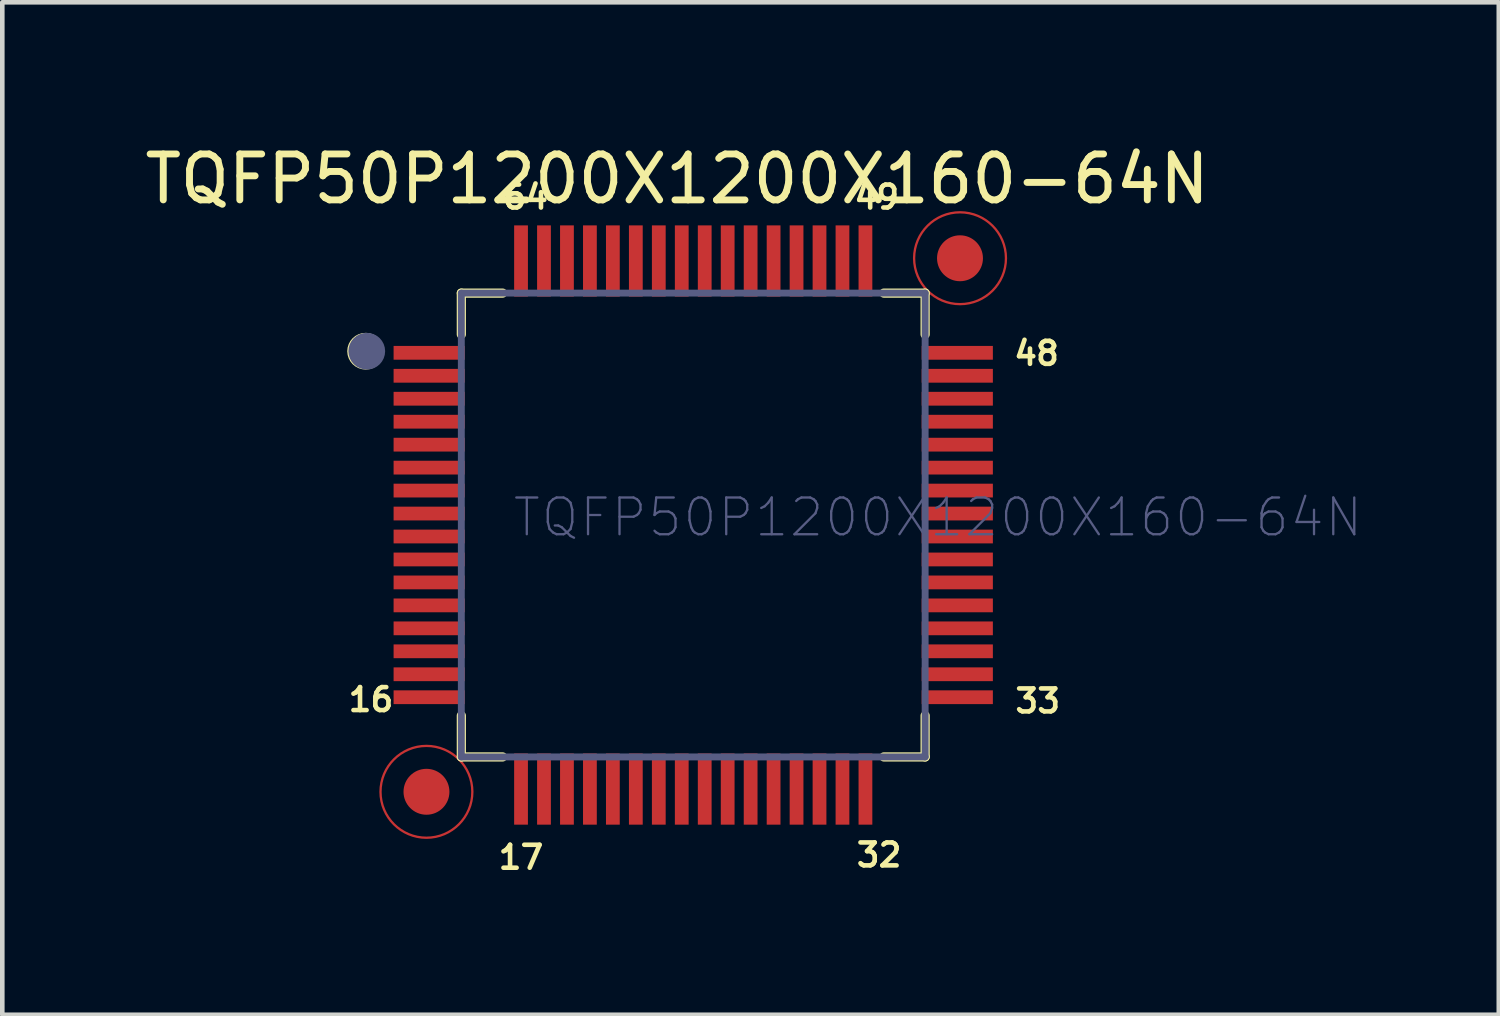
<source format=kicad_pcb>
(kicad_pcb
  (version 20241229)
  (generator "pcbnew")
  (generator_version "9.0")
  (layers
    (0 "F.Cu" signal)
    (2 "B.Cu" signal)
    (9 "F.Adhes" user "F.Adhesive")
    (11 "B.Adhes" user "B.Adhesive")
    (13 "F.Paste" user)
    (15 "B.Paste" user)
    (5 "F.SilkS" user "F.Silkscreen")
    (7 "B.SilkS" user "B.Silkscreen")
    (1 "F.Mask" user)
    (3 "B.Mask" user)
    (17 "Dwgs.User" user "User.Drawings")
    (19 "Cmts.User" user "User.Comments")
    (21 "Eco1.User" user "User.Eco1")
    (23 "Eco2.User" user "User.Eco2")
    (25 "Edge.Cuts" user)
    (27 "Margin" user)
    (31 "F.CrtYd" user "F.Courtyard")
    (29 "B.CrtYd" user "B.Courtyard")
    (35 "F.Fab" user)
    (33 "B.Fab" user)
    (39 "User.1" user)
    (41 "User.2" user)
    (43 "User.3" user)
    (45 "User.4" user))
  (footprint "TQFP50P1200X1200X160-64N"
    (layer "F.Cu")
    (at 12.046 8.383)
    (property "Reference" "TQFP50P1200X1200X160-64N" (at -0.35 -7.535 0) (layer "F.SilkS") (effects (font (size 1 1) (thickness 0.15))))
    (fp_circle (center -5.81 5.81) (end -5.81 4.81) (stroke (width 0.05) (type solid)) (fill no) (layer "F.Cu"))
    (fp_circle (center 5.81 -5.81) (end 5.81 -6.81) (stroke (width 0.05) (type solid)) (fill no) (layer "F.Cu"))
    (fp_line (start -5.05 -5.05) (end -4.15 -5.05) (stroke (width 0.2) (type solid)) (layer "F.SilkS"))
    (fp_line (start -5.05 -4.15) (end -5.05 -5.05) (stroke (width 0.2) (type solid)) (layer "F.SilkS"))
    (fp_line (start -5.05 5.05) (end -5.05 4.15) (stroke (width 0.2) (type solid)) (layer "F.SilkS"))
    (fp_line (start -5.05 5.05) (end -4.15 5.05) (stroke (width 0.2) (type solid)) (layer "F.SilkS"))
    (fp_line (start 4.15 -5.05) (end 5.05 -5.05) (stroke (width 0.2) (type solid)) (layer "F.SilkS"))
    (fp_line (start 4.15 5.05) (end 5.05 5.05) (stroke (width 0.2) (type solid)) (layer "F.SilkS"))
    (fp_line (start 5.05 -4.15) (end 5.05 -5.05) (stroke (width 0.2) (type solid)) (layer "F.SilkS"))
    (fp_line (start 5.05 5.05) (end 5.05 4.15) (stroke (width 0.2) (type solid)) (layer "F.SilkS"))
    (fp_circle (center -7.134 -3.785) (end -7.134 -3.985) (stroke (width 0.4) (type solid)) (fill no) (layer "F.SilkS"))
    (fp_line (start -6.8 -6.8) (end 6.8 -6.8) (stroke (width 0.05) (type solid)) (layer "Eco2.User"))
    (fp_line (start -6.8 6.8) (end -6.8 -6.8) (stroke (width 0.05) (type solid)) (layer "Eco2.User"))
    (fp_line (start -6.8 6.8) (end 6.8 6.8) (stroke (width 0.05) (type solid)) (layer "Eco2.User"))
    (fp_line (start 6.8 6.8) (end 6.8 -6.8) (stroke (width 0.05) (type solid)) (layer "Eco2.User"))
    (fp_line (start -5.05 -5.05) (end 5.05 -5.05) (stroke (width 0.15) (type solid)) (layer "B.Fab"))
    (fp_line (start -5.05 5.05) (end -5.05 -5.05) (stroke (width 0.15) (type solid)) (layer "B.Fab"))
    (fp_line (start -5.05 5.05) (end 5.05 5.05) (stroke (width 0.15) (type solid)) (layer "B.Fab"))
    (fp_line (start 5.05 5.05) (end 5.05 -5.05) (stroke (width 0.15) (type solid)) (layer "B.Fab"))
    (fp_circle (center -7.109 -3.785) (end -7.109 -3.985) (stroke (width 0.4) (type solid)) (fill no) (layer "B.Fab"))
    (fp_text user "32" (at 3.505 7.478 0) (unlocked yes) (layer "F.SilkS") (effects (font (size 0.5 0.5) (thickness 0.1)) (justify left bottom)))
    (fp_text user "48" (at 6.934 -3.444 0) (unlocked yes) (layer "F.SilkS") (effects (font (size 0.5 0.5) (thickness 0.1)) (justify left bottom)))
    (fp_text user "16" (at -7.56 4.096 0) (unlocked yes) (layer "F.SilkS") (effects (font (size 0.5 0.5) (thickness 0.1)) (justify left bottom)))
    (fp_text user "17" (at -4.293 7.529 0) (unlocked yes) (layer "F.SilkS") (effects (font (size 0.5 0.5) (thickness 0.1)) (justify left bottom)))
    (fp_text user "49" (at 3.454 -6.848 0) (unlocked yes) (layer "F.SilkS") (effects (font (size 0.5 0.5) (thickness 0.1)) (justify left bottom)))
    (fp_text user "64" (at -4.191 -6.848 0) (unlocked yes) (layer "F.SilkS") (effects (font (size 0.5 0.5) (thickness 0.1)) (justify left bottom)))
    (fp_text user "33" (at 6.96 4.125 0) (unlocked yes) (layer "F.SilkS") (effects (font (size 0.5 0.5) (thickness 0.1)) (justify left bottom)))
    (fp_text user "${REFERENCE}" (at -3.962 0.301 0) (unlocked yes) (layer "B.Fab") (effects (font (size 0.8 0.8) (thickness 0.05)) (justify left bottom)))
    (pad "" smd circle (at -5.809 5.809) (size 1 1) (layers "F.Cu" "F.Mask" "F.Paste"))
    (pad "" smd circle (at 5.809 -5.809) (size 1 1) (layers "F.Cu" "F.Mask" "F.Paste"))
    (pad "1" smd rect (at -5.75 -3.75) (size 1.55 0.3) (layers "F.Cu" "F.Mask" "F.Paste"))
    (pad "2" smd rect (at -5.75 -3.25) (size 1.55 0.3) (layers "F.Cu" "F.Mask" "F.Paste"))
    (pad "3" smd rect (at -5.75 -2.75) (size 1.55 0.3) (layers "F.Cu" "F.Mask" "F.Paste"))
    (pad "4" smd rect (at -5.75 -2.25) (size 1.55 0.3) (layers "F.Cu" "F.Mask" "F.Paste"))
    (pad "5" smd rect (at -5.75 -1.75) (size 1.55 0.3) (layers "F.Cu" "F.Mask" "F.Paste"))
    (pad "6" smd rect (at -5.75 -1.25) (size 1.55 0.3) (layers "F.Cu" "F.Mask" "F.Paste"))
    (pad "7" smd rect (at -5.75 -0.75) (size 1.55 0.3) (layers "F.Cu" "F.Mask" "F.Paste"))
    (pad "8" smd rect (at -5.75 -0.25) (size 1.55 0.3) (layers "F.Cu" "F.Mask" "F.Paste"))
    (pad "9" smd rect (at -5.75 0.25) (size 1.55 0.3) (layers "F.Cu" "F.Mask" "F.Paste"))
    (pad "10" smd rect (at -5.75 0.75) (size 1.55 0.3) (layers "F.Cu" "F.Mask" "F.Paste"))
    (pad "11" smd rect (at -5.75 1.25) (size 1.55 0.3) (layers "F.Cu" "F.Mask" "F.Paste"))
    (pad "12" smd rect (at -5.75 1.75) (size 1.55 0.3) (layers "F.Cu" "F.Mask" "F.Paste"))
    (pad "13" smd rect (at -5.75 2.25) (size 1.55 0.3) (layers "F.Cu" "F.Mask" "F.Paste"))
    (pad "14" smd rect (at -5.75 2.75) (size 1.55 0.3) (layers "F.Cu" "F.Mask" "F.Paste"))
    (pad "15" smd rect (at -5.75 3.25) (size 1.55 0.3) (layers "F.Cu" "F.Mask" "F.Paste"))
    (pad "16" smd rect (at -5.75 3.75) (size 1.55 0.3) (layers "F.Cu" "F.Mask" "F.Paste"))
    (pad "17" smd rect (at -3.75 5.75 90) (size 1.55 0.3) (layers "F.Cu" "F.Mask" "F.Paste"))
    (pad "18" smd rect (at -3.25 5.75 90) (size 1.55 0.3) (layers "F.Cu" "F.Mask" "F.Paste"))
    (pad "19" smd rect (at -2.75 5.75 90) (size 1.55 0.3) (layers "F.Cu" "F.Mask" "F.Paste"))
    (pad "20" smd rect (at -2.25 5.75 90) (size 1.55 0.3) (layers "F.Cu" "F.Mask" "F.Paste"))
    (pad "21" smd rect (at -1.75 5.75 90) (size 1.55 0.3) (layers "F.Cu" "F.Mask" "F.Paste"))
    (pad "22" smd rect (at -1.25 5.75 90) (size 1.55 0.3) (layers "F.Cu" "F.Mask" "F.Paste"))
    (pad "23" smd rect (at -0.75 5.75 90) (size 1.55 0.3) (layers "F.Cu" "F.Mask" "F.Paste"))
    (pad "24" smd rect (at -0.25 5.75 90) (size 1.55 0.3) (layers "F.Cu" "F.Mask" "F.Paste"))
    (pad "25" smd rect (at 0.25 5.75 90) (size 1.55 0.3) (layers "F.Cu" "F.Mask" "F.Paste"))
    (pad "26" smd rect (at 0.75 5.75 90) (size 1.55 0.3) (layers "F.Cu" "F.Mask" "F.Paste"))
    (pad "27" smd rect (at 1.25 5.75 90) (size 1.55 0.3) (layers "F.Cu" "F.Mask" "F.Paste"))
    (pad "28" smd rect (at 1.75 5.75 90) (size 1.55 0.3) (layers "F.Cu" "F.Mask" "F.Paste"))
    (pad "29" smd rect (at 2.25 5.75 90) (size 1.55 0.3) (layers "F.Cu" "F.Mask" "F.Paste"))
    (pad "30" smd rect (at 2.75 5.75 90) (size 1.55 0.3) (layers "F.Cu" "F.Mask" "F.Paste"))
    (pad "31" smd rect (at 3.25 5.75 90) (size 1.55 0.3) (layers "F.Cu" "F.Mask" "F.Paste"))
    (pad "32" smd rect (at 3.75 5.75 90) (size 1.55 0.3) (layers "F.Cu" "F.Mask" "F.Paste"))
    (pad "33" smd rect (at 5.75 3.75) (size 1.55 0.3) (layers "F.Cu" "F.Mask" "F.Paste"))
    (pad "34" smd rect (at 5.75 3.25) (size 1.55 0.3) (layers "F.Cu" "F.Mask" "F.Paste"))
    (pad "35" smd rect (at 5.75 2.75) (size 1.55 0.3) (layers "F.Cu" "F.Mask" "F.Paste"))
    (pad "36" smd rect (at 5.75 2.25) (size 1.55 0.3) (layers "F.Cu" "F.Mask" "F.Paste"))
    (pad "37" smd rect (at 5.75 1.75) (size 1.55 0.3) (layers "F.Cu" "F.Mask" "F.Paste"))
    (pad "38" smd rect (at 5.75 1.25) (size 1.55 0.3) (layers "F.Cu" "F.Mask" "F.Paste"))
    (pad "39" smd rect (at 5.75 0.75) (size 1.55 0.3) (layers "F.Cu" "F.Mask" "F.Paste"))
    (pad "40" smd rect (at 5.75 0.25) (size 1.55 0.3) (layers "F.Cu" "F.Mask" "F.Paste"))
    (pad "41" smd rect (at 5.75 -0.25) (size 1.55 0.3) (layers "F.Cu" "F.Mask" "F.Paste"))
    (pad "42" smd rect (at 5.75 -0.75) (size 1.55 0.3) (layers "F.Cu" "F.Mask" "F.Paste"))
    (pad "43" smd rect (at 5.75 -1.25) (size 1.55 0.3) (layers "F.Cu" "F.Mask" "F.Paste"))
    (pad "44" smd rect (at 5.75 -1.75) (size 1.55 0.3) (layers "F.Cu" "F.Mask" "F.Paste"))
    (pad "45" smd rect (at 5.75 -2.25) (size 1.55 0.3) (layers "F.Cu" "F.Mask" "F.Paste"))
    (pad "46" smd rect (at 5.75 -2.75) (size 1.55 0.3) (layers "F.Cu" "F.Mask" "F.Paste"))
    (pad "47" smd rect (at 5.75 -3.25) (size 1.55 0.3) (layers "F.Cu" "F.Mask" "F.Paste"))
    (pad "48" smd rect (at 5.75 -3.75) (size 1.55 0.3) (layers "F.Cu" "F.Mask" "F.Paste"))
    (pad "49" smd rect (at 3.75 -5.75 90) (size 1.55 0.3) (layers "F.Cu" "F.Mask" "F.Paste"))
    (pad "50" smd rect (at 3.25 -5.75 90) (size 1.55 0.3) (layers "F.Cu" "F.Mask" "F.Paste"))
    (pad "51" smd rect (at 2.75 -5.75 90) (size 1.55 0.3) (layers "F.Cu" "F.Mask" "F.Paste"))
    (pad "52" smd rect (at 2.25 -5.75 90) (size 1.55 0.3) (layers "F.Cu" "F.Mask" "F.Paste"))
    (pad "53" smd rect (at 1.75 -5.75 90) (size 1.55 0.3) (layers "F.Cu" "F.Mask" "F.Paste"))
    (pad "54" smd rect (at 1.25 -5.75 90) (size 1.55 0.3) (layers "F.Cu" "F.Mask" "F.Paste"))
    (pad "55" smd rect (at 0.75 -5.75 90) (size 1.55 0.3) (layers "F.Cu" "F.Mask" "F.Paste"))
    (pad "56" smd rect (at 0.25 -5.75 90) (size 1.55 0.3) (layers "F.Cu" "F.Mask" "F.Paste"))
    (pad "57" smd rect (at -0.25 -5.75 90) (size 1.55 0.3) (layers "F.Cu" "F.Mask" "F.Paste"))
    (pad "58" smd rect (at -0.75 -5.75 90) (size 1.55 0.3) (layers "F.Cu" "F.Mask" "F.Paste"))
    (pad "59" smd rect (at -1.25 -5.75 90) (size 1.55 0.3) (layers "F.Cu" "F.Mask" "F.Paste"))
    (pad "60" smd rect (at -1.75 -5.75 90) (size 1.55 0.3) (layers "F.Cu" "F.Mask" "F.Paste"))
    (pad "61" smd rect (at -2.25 -5.75 90) (size 1.55 0.3) (layers "F.Cu" "F.Mask" "F.Paste"))
    (pad "62" smd rect (at -2.75 -5.75 90) (size 1.55 0.3) (layers "F.Cu" "F.Mask" "F.Paste"))
    (pad "63" smd rect (at -3.25 -5.75 90) (size 1.55 0.3) (layers "F.Cu" "F.Mask" "F.Paste"))
    (pad "64" smd rect (at -3.75 -5.75 90) (size 1.55 0.3) (layers "F.Cu" "F.Mask" "F.Paste")))
  (gr_rect
    (start -3 -3)
    (end 29.588 19.048)
    (stroke (width 0.1) (type default))
    (fill no)
    (layer "Edge.Cuts")))
</source>
